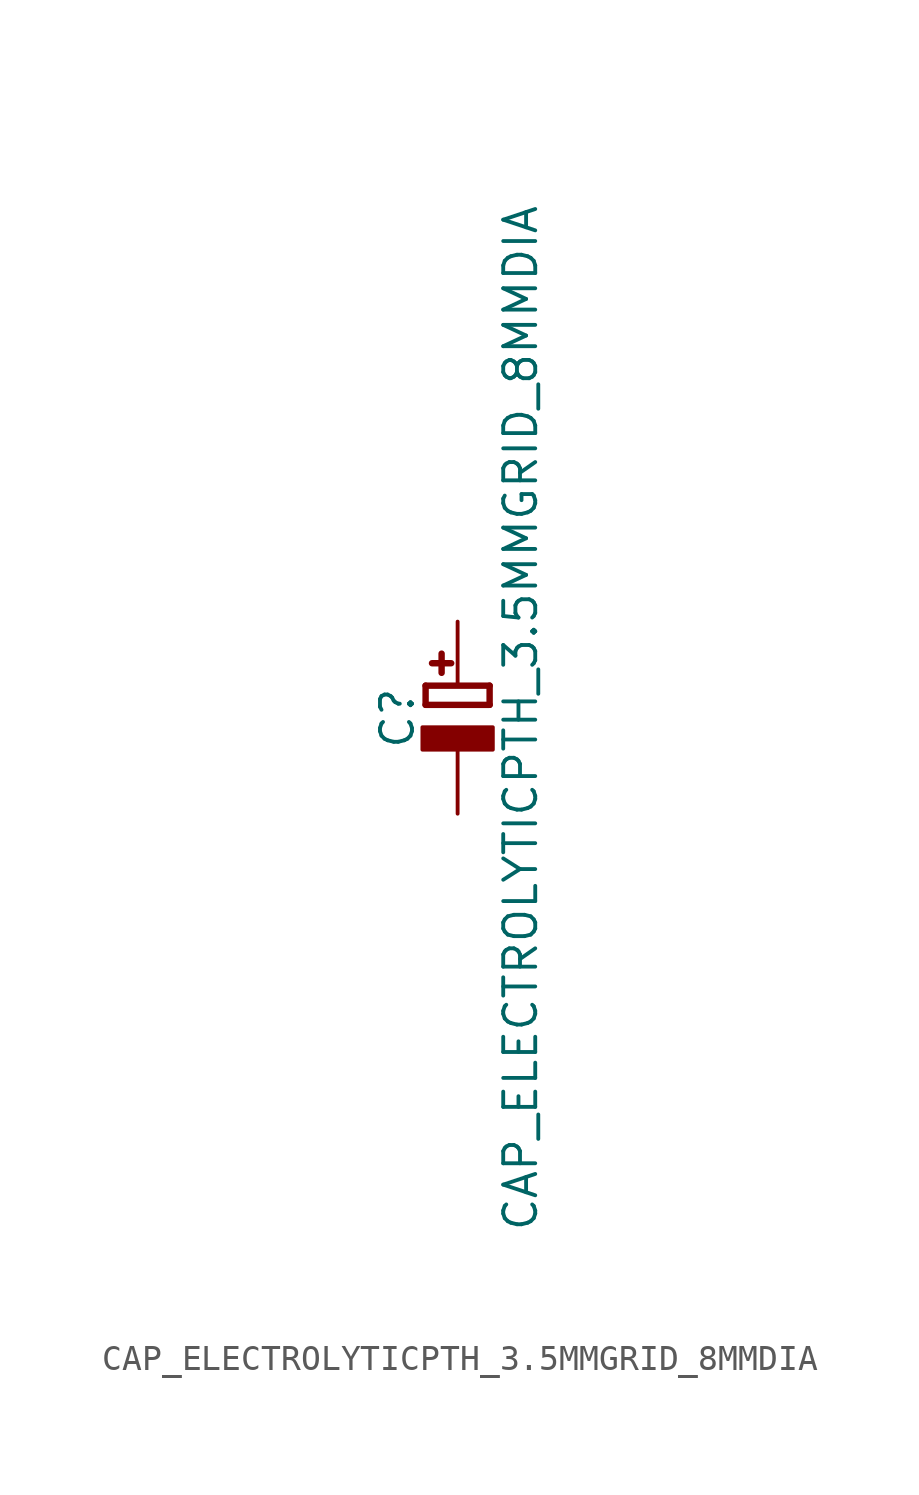
<source format=kicad_sym>
(kicad_symbol_lib
  (version 20211014)
  (generator kicad_symbol_editor)
  (symbol "CAP_ELECTROLYTICPTH_3.5MMGRID_8MMDIA"
    (property "Reference" "C"
      (at -2.39 1.25 90)
      (effects (font (size 1.27 1.27))))
    (property "Value" "CAP_ELECTROLYTICPTH_3.5MMGRID_8MMDIA"
      (at 2.5 1.25 90)
      (effects (font (size 1.27 1.27))))
    (property "ki_locked" ""
      (at 0 0 0)
      (effects (font (size 1.27 1.27))))
    (symbol "CAP_ELECTROLYTICPTH_3.5MMGRID_8MMDIA_1_0"
      (rectangle (start -1.397 0) (end 1.397 0.889) (stroke (width 0) (type default) (color 0 0 0 0)) (fill (type outline)))
      (polyline (pts (xy -1.27 1.778) (xy -1.27 2.54)) (stroke (width 0.254) (type default) (color 0 0 0 0)) (fill (type none)))
      (polyline (pts (xy -1.27 2.54) (xy 1.27 2.54)) (stroke (width 0.254) (type default) (color 0 0 0 0)) (fill (type none)))
      (polyline (pts (xy -1.016 3.429) (xy -0.254 3.429)) (stroke (width 0.254) (type default) (color 0 0 0 0)) (fill (type none)))
      (polyline (pts (xy -0.635 3.81) (xy -0.635 3.048)) (stroke (width 0.254) (type default) (color 0 0 0 0)) (fill (type none)))
      (polyline (pts (xy 1.27 1.778) (xy -1.27 1.778)) (stroke (width 0.254) (type default) (color 0 0 0 0)) (fill (type none)))
      (polyline (pts (xy 1.27 2.54) (xy 1.27 1.778)) (stroke (width 0.254) (type default) (color 0 0 0 0)) (fill (type none)))
      (pin passive line (at 0 5.08 270) (length 2.54) (name "+" (effects (font (size 0 0)))) (number "+" (effects (font (size 0 0)))))
      (pin passive line (at 0 -2.54 90) (length 2.54) (name "-" (effects (font (size 0 0)))) (number "-" (effects (font (size 0 0))))))))
</source>
